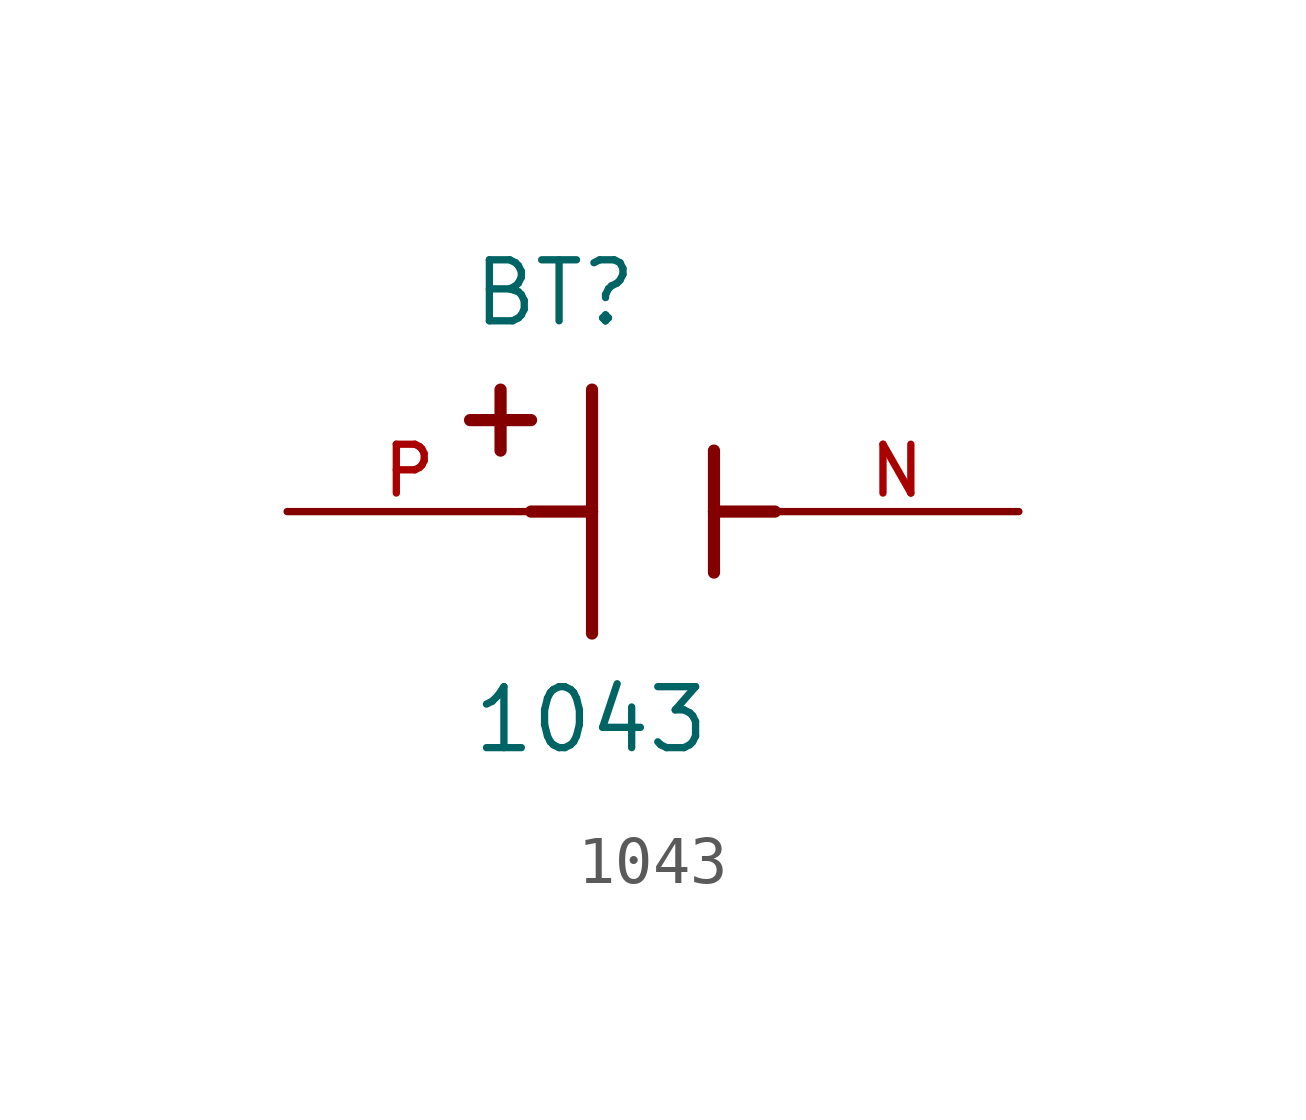
<source format=kicad_sym>
(kicad_symbol_lib
  (version 20211014)
  (generator kicad_symbol_editor)
  (symbol "1043"
    (pin_names
      (offset 1.016))
    (property "Reference" "BT"
      (at -3.81 3.81 0)
      (effects (font (size 1.27 1.27)) (justify bottom left)))
    (property "Value" "1043"
      (at -3.81 -5.08 0)
      (effects (font (size 1.27 1.27)) (justify bottom left)))
    (symbol "1043_0_0"
      (polyline (pts (xy -1.27 2.54) (xy -1.27 0.0)) (stroke (width 0.254)))
      (polyline (pts (xy -1.27 0.0) (xy -1.27 -2.54)) (stroke (width 0.254)))
      (polyline (pts (xy 1.27 1.27) (xy 1.27 0.0)) (stroke (width 0.254)))
      (polyline (pts (xy 1.27 0.0) (xy 1.27 -1.27)) (stroke (width 0.254)))
      (polyline (pts (xy -1.27 0.0) (xy -2.54 0.0)) (stroke (width 0.254)))
      (polyline (pts (xy 1.27 0.0) (xy 2.54 0.0)) (stroke (width 0.254)))
      (polyline (pts (xy -3.175 2.54) (xy -3.175 1.27)) (stroke (width 0.254)))
      (polyline (pts (xy -3.81 1.905) (xy -2.54 1.905)) (stroke (width 0.254)))
      (pin passive line (at -7.62 0.0 0) (length 5.08) (name "~" (effects (font (size 1.016 1.016)))) (number "P" (effects (font (size 1.016 1.016)))))
      (pin passive line (at 7.62 0.0 180.0) (length 5.08) (name "~" (effects (font (size 1.016 1.016)))) (number "N" (effects (font (size 1.016 1.016))))))))
</source>
